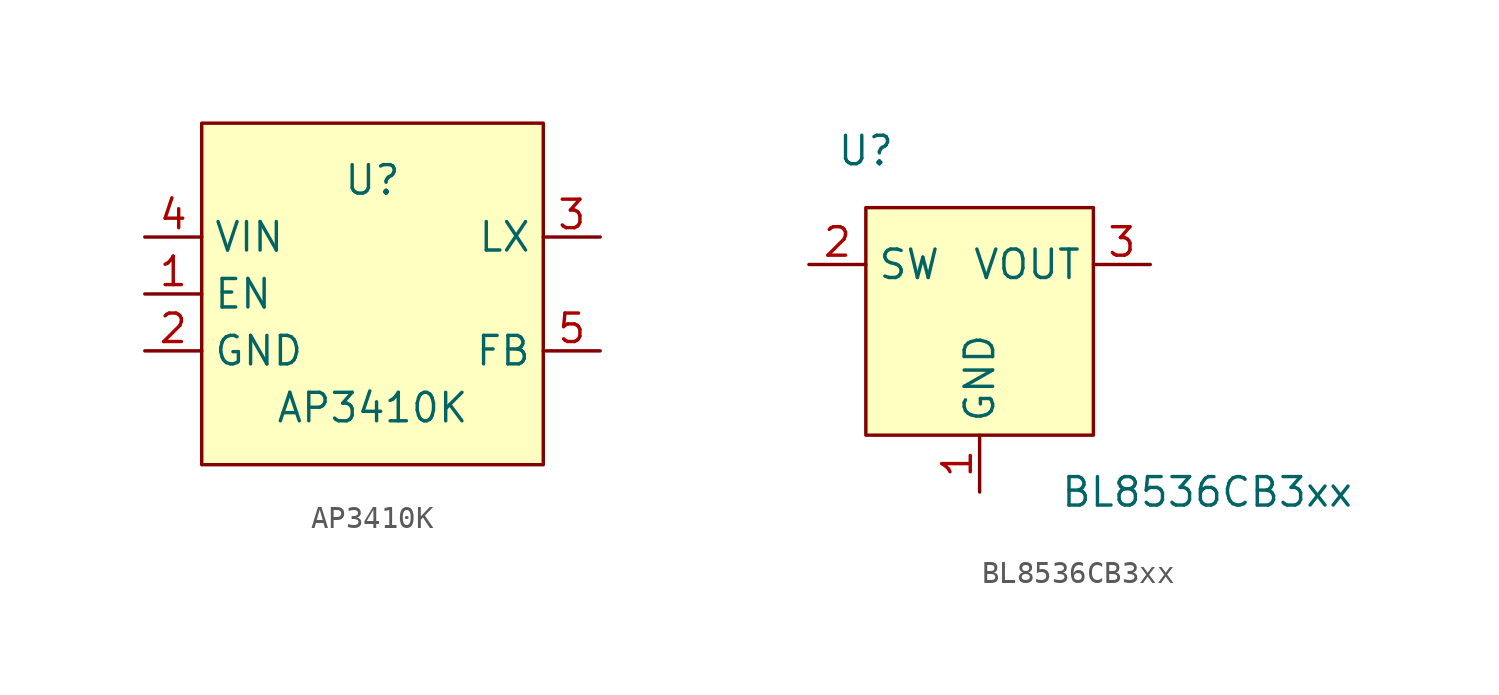
<source format=kicad_sym>
(kicad_symbol_lib
  (version 20220914)
  (generator kicad_symbol_editor)
  (symbol "AP3410K"
    (property "Reference" "U"
      (at 0 5.08 0)
      (effects (font (size 1.27 1.27))))
    (property "Value" "AP3410K"
      (at 0 -5.08 0)
      (effects (font (size 1.27 1.27))))
    (symbol "AP3410K_1_1"
      (rectangle (start -7.62 7.62) (end 7.62 -7.62) (stroke (width 0) (type default)) (fill (type background)))
      (pin input line (at -10.16 0 0) (length 2.54) (name "EN" (effects (font (size 1.27 1.27)))) (number "1" (effects (font (size 1.27 1.27)))))
      (pin power_in line (at -10.16 -2.54 0) (length 2.54) (name "GND" (effects (font (size 1.27 1.27)))) (number "2" (effects (font (size 1.27 1.27)))))
      (pin power_out line (at 10.16 2.54 180) (length 2.54) (name "LX" (effects (font (size 1.27 1.27)))) (number "3" (effects (font (size 1.27 1.27)))))
      (pin power_in line (at -10.16 2.54 0) (length 2.54) (name "VIN" (effects (font (size 1.27 1.27)))) (number "4" (effects (font (size 1.27 1.27)))))
      (pin input line (at 10.16 -2.54 180) (length 2.54) (name "FB" (effects (font (size 1.27 1.27)))) (number "5" (effects (font (size 1.27 1.27)))))))
  (symbol "BL8536CB3xx"
    (property "Reference" "U"
      (at -5.08 7.62 0)
      (effects (font (size 1.27 1.27))))
    (property "Value" "BL8536CB3xx"
      (at 10.16 -7.62 0)
      (effects (font (size 1.27 1.27))))
    (symbol "BL8536CB3xx_1_1"
      (rectangle (start -5.08 5.08) (end 5.08 -5.08) (stroke (width 0) (type default)) (fill (type background)))
      (pin power_in line (at 0 -7.62 90) (length 2.54) (name "GND" (effects (font (size 1.27 1.27)))) (number "1" (effects (font (size 1.27 1.27)))))
      (pin input line (at -7.62 2.54 0) (length 2.54) (name "SW" (effects (font (size 1.27 1.27)))) (number "2" (effects (font (size 1.27 1.27)))))
      (pin power_out line (at 7.62 2.54 180) (length 2.54) (name "VOUT" (effects (font (size 1.27 1.27)))) (number "3" (effects (font (size 1.27 1.27))))))))
</source>
